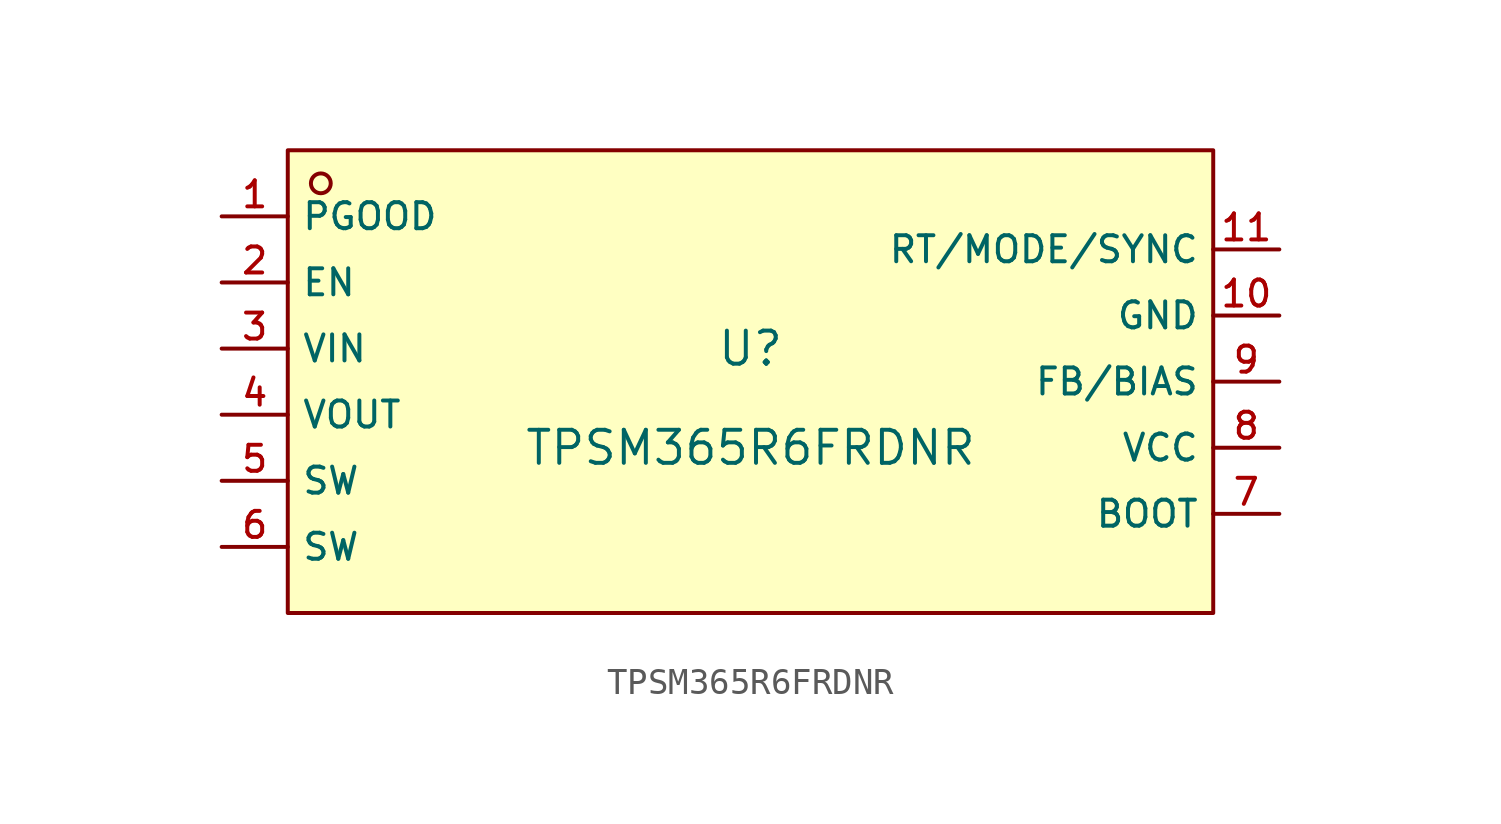
<source format=kicad_sym>
(kicad_symbol_lib
  (version 20210201)
  (generator TousstNicolas/JLC2KiCad_lib)
  (symbol "TPSM365R6FRDNR"
    (property "Reference" "U"
      (at 0 1.27 0)
      (effects (font (size 1.27 1.27))))
    (property "Value" "TPSM365R6FRDNR"
      (at 0 -2.54 0)
      (effects (font (size 1.27 1.27))))
    (symbol "TPSM365R6FRDNR_0_1"
      (rectangle (start -17.78 8.89) (end 17.78 -8.89) (stroke (width 0) (type default) (color 0 0 0 0)) (fill (type background)))
      (circle (center -16.51 7.62) (radius 0.381) (stroke (width 0) (type default) (color 0 0 0 0)) (fill (type background)))
      (pin unspecified line (at -20.32 6.35 0) (length 2.54) (name "PGOOD" (effects (font (size 1 1)))) (number "1" (effects (font (size 1 1)))))
      (pin unspecified line (at -20.32 3.81 0) (length 2.54) (name "EN" (effects (font (size 1 1)))) (number "2" (effects (font (size 1 1)))))
      (pin unspecified line (at -20.32 1.27 0) (length 2.54) (name "VIN" (effects (font (size 1 1)))) (number "3" (effects (font (size 1 1)))))
      (pin unspecified line (at -20.32 -1.27 0) (length 2.54) (name "VOUT" (effects (font (size 1 1)))) (number "4" (effects (font (size 1 1)))))
      (pin unspecified line (at -20.32 -3.81 0) (length 2.54) (name "SW" (effects (font (size 1 1)))) (number "5" (effects (font (size 1 1)))))
      (pin unspecified line (at -20.32 -6.35 0) (length 2.54) (name "SW" (effects (font (size 1 1)))) (number "6" (effects (font (size 1 1)))))
      (pin unspecified line (at 20.32 -5.08 180) (length 2.54) (name "BOOT" (effects (font (size 1 1)))) (number "7" (effects (font (size 1 1)))))
      (pin unspecified line (at 20.32 -2.54 180) (length 2.54) (name "VCC" (effects (font (size 1 1)))) (number "8" (effects (font (size 1 1)))))
      (pin unspecified line (at 20.32 -0.0 180) (length 2.54) (name "FB/BIAS" (effects (font (size 1 1)))) (number "9" (effects (font (size 1 1)))))
      (pin unspecified line (at 20.32 2.54 180) (length 2.54) (name "GND" (effects (font (size 1 1)))) (number "10" (effects (font (size 1 1)))))
      (pin unspecified line (at 20.32 5.08 180) (length 2.54) (name "RT/MODE/SYNC" (effects (font (size 1 1)))) (number "11" (effects (font (size 1 1))))))))
</source>
